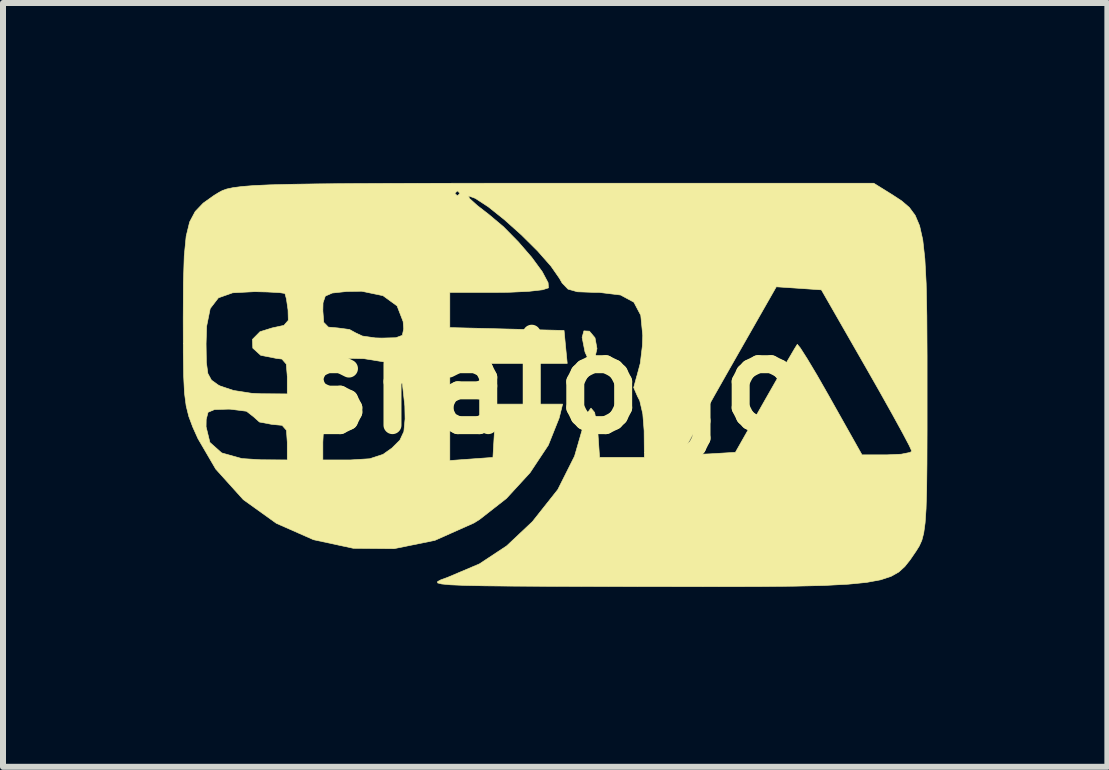
<source format=kicad_pcb>
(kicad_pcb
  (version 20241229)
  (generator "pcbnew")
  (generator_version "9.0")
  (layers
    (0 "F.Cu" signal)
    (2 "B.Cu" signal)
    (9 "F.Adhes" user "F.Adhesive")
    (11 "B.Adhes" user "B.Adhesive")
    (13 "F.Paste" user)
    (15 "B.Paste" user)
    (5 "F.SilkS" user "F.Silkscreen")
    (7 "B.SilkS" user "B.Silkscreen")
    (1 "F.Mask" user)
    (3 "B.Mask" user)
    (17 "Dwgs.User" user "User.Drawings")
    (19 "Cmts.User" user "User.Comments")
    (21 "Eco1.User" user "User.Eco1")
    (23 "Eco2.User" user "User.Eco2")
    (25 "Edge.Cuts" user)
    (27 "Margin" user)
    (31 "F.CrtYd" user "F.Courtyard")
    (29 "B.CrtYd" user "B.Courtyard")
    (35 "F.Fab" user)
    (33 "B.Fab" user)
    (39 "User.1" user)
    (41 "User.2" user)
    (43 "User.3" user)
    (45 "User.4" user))
  (footprint "sralogo"
    (layer "F.Cu")
    (at 6.143 3.349)
    (property "Reference" "sralogo" (at 0 0 0) (layer "F.SilkS") (effects (font (size 1.524 1.524) (thickness 0.3))))
    (attr through_hole)
    (fp_poly (pts (xy 0.635 -0.877) (xy 0.728 -0.766) (xy 0.761 -0.586) (xy 0.724 -0.426) (xy 0.687 -0.387) (xy 0.611 -0.419) (xy 0.561 -0.53) (xy 0.513 -0.774) (xy 0.543 -0.882) (xy 0.635 -0.877)) (stroke (width 0.01) (type solid)) (fill yes) (layer "F.SilkS"))
    (fp_poly (pts (xy 5.685 -3.152) (xy 5.842 -3.049) (xy 5.968 -2.941) (xy 6.066 -2.809) (xy 6.14 -2.635) (xy 6.193 -2.4) (xy 6.228 -2.083) (xy 6.25 -1.668) (xy 6.261 -1.133) (xy 6.265 -0.461) (xy 6.265 0.064) (xy 6.265 0.773) (xy 6.263 1.332) (xy 6.258 1.764) (xy 6.248 2.086) (xy 6.232 2.321) (xy 6.209 2.489) (xy 6.178 2.609) (xy 6.136 2.703) (xy 6.082 2.79) (xy 6.073 2.803) (xy 5.982 2.936) (xy 5.894 3.047) (xy 5.793 3.139) (xy 5.663 3.212) (xy 5.489 3.269) (xy 5.256 3.312) (xy 4.949 3.342) (xy 4.552 3.363) (xy 4.051 3.375) (xy 3.428 3.381) (xy 2.671 3.382) (xy 1.762 3.381) (xy 1.566 3.381) (xy 0.677 3.379) (xy -0.056 3.377) (xy -0.645 3.374) (xy -1.104 3.369) (xy -1.446 3.362) (xy -1.683 3.352) (xy -1.829 3.338) (xy -1.896 3.321) (xy -1.898 3.299) (xy -1.847 3.271) (xy -1.757 3.238) (xy -1.732 3.229) (xy -1.199 3.003) (xy -0.745 2.703) (xy -0.316 2.299) (xy 0.107 1.765) (xy 0.387 1.207) (xy 0.517 0.757) (xy 0.591 0.498) (xy 0.661 0.406) (xy 0.722 0.479) (xy 0.766 0.716) (xy 0.778 0.847) (xy 0.804 1.228) (xy 1.55 1.228) (xy 1.55 1.147) (xy 2.201 1.147) (xy 2.277 1.169) (xy 2.472 1.175) (xy 2.635 1.169) (xy 3.069 1.143) (xy 3.571 0.256) (xy 3.768 -0.089) (xy 3.933 -0.376) (xy 4.05 -0.576) (xy 4.101 -0.658) (xy 4.101 -0.658) (xy 4.15 -0.599) (xy 4.265 -0.419) (xy 4.429 -0.145) (xy 4.625 0.198) (xy 4.654 0.25) (xy 5.18 1.185) (xy 5.596 1.185) (xy 5.834 1.174) (xy 5.984 1.144) (xy 6.009 1.122) (xy 5.968 1.031) (xy 5.856 0.819) (xy 5.686 0.509) (xy 5.472 0.127) (xy 5.255 -0.254) (xy 4.503 -1.566) (xy 4.127 -1.592) (xy 3.751 -1.617) (xy 2.976 -0.258) (xy 2.731 0.174) (xy 2.518 0.555) (xy 2.35 0.86) (xy 2.24 1.065) (xy 2.201 1.147) (xy 1.55 1.147) (xy 1.547 0.782) (xy 1.525 0.503) (xy 1.474 0.282) (xy 1.436 0.208) (xy 1.373 0.063) (xy 1.425 -0.129) (xy 1.427 -0.133) (xy 1.483 -0.342) (xy 1.518 -0.635) (xy 1.524 -0.804) (xy 1.491 -1.142) (xy 1.376 -1.36) (xy 1.154 -1.48) (xy 0.801 -1.523) (xy 0.703 -1.524) (xy 0.434 -1.534) (xy 0.278 -1.578) (xy 0.179 -1.681) (xy 0.136 -1.757) (xy -0.006 -1.961) (xy -0.228 -2.213) (xy -0.499 -2.482) (xy -0.785 -2.738) (xy -1.052 -2.951) (xy -1.268 -3.092) (xy -1.384 -3.133) (xy -1.363 -3.088) (xy -1.233 -2.971) (xy -1.041 -2.822) (xy -0.798 -2.618) (xy -0.552 -2.368) (xy -0.327 -2.108) (xy -0.152 -1.869) (xy -0.054 -1.685) (xy -0.048 -1.599) (xy -0.148 -1.567) (xy -0.377 -1.541) (xy -0.696 -1.526) (xy -0.894 -1.524) (xy -1.693 -1.524) (xy -1.693 -0.937) (xy -0.741 -0.913) (xy 0.212 -0.889) (xy 0.238 -0.614) (xy 0.265 -0.339) (xy -1.693 -0.339) (xy -1.693 1.28) (xy -1.333 1.254) (xy -0.974 1.228) (xy -0.922 0.339) (xy 0.188 0.339) (xy 0.13 0.572) (xy -0.05 1.023) (xy -0.356 1.484) (xy -0.75 1.913) (xy -1.199 2.264) (xy -1.291 2.321) (xy -1.942 2.611) (xy -2.621 2.749) (xy -3.303 2.743) (xy -3.966 2.6) (xy -4.585 2.327) (xy -5.136 1.932) (xy -5.596 1.422) (xy -5.893 0.913) (xy -5.981 0.717) (xy -5.757 0.717) (xy -5.693 0.978) (xy -5.496 1.153) (xy -5.159 1.247) (xy -4.847 1.267) (xy -4.403 1.27) (xy -4.403 0.974) (xy -4.417 0.775) (xy -4.489 0.693) (xy -4.659 0.677) (xy -4.867 0.638) (xy -4.965 0.55) (xy -5.083 0.458) (xy -5.351 0.424) (xy -5.385 0.423) (xy -5.616 0.43) (xy -5.724 0.475) (xy -5.755 0.596) (xy -5.757 0.717) (xy -5.981 0.717) (xy -5.981 0.716) (xy -6.045 0.545) (xy -6.089 0.368) (xy -6.117 0.153) (xy -6.131 -0.133) (xy -6.137 -0.52) (xy -6.137 -0.667) (xy -5.757 -0.667) (xy -5.752 -0.357) (xy -5.727 -0.171) (xy -5.667 -0.061) (xy -5.556 0.019) (xy -5.524 0.036) (xy -5.302 0.111) (xy -5 0.158) (xy -4.847 0.166) (xy -4.403 0.169) (xy -4.403 -0.127) (xy -4.42 -0.329) (xy -4.492 -0.412) (xy -4.583 -0.423) (xy -3.81 -0.423) (xy -3.81 -0.132) (xy -3.794 0.067) (xy -3.711 0.154) (xy -3.536 0.185) (xy -3.312 0.256) (xy -3.218 0.382) (xy -3.248 0.523) (xy -3.394 0.635) (xy -3.619 0.676) (xy -3.749 0.704) (xy -3.802 0.817) (xy -3.81 0.974) (xy -3.81 1.27) (xy -3.349 1.27) (xy -3.029 1.25) (xy -2.806 1.177) (xy -2.657 1.071) (xy -2.525 0.939) (xy -2.459 0.797) (xy -2.439 0.586) (xy -2.443 0.372) (xy -2.483 0.004) (xy -2.592 -0.234) (xy -2.796 -0.366) (xy -3.125 -0.419) (xy -3.311 -0.423) (xy -3.81 -0.423) (xy -4.583 -0.423) (xy -4.593 -0.425) (xy -4.846 -0.475) (xy -4.978 -0.595) (xy -4.984 -0.74) (xy -4.858 -0.868) (xy -4.656 -0.931) (xy -4.459 -0.974) (xy -4.386 -1.058) (xy -4.39 -1.219) (xy -3.81 -1.219) (xy -3.795 -1.024) (xy -3.718 -0.945) (xy -3.561 -0.931) (xy -3.365 -0.905) (xy -3.26 -0.847) (xy -3.15 -0.796) (xy -2.935 -0.765) (xy -2.826 -0.762) (xy -2.592 -0.768) (xy -2.485 -0.808) (xy -2.462 -0.915) (xy -2.471 -1.037) (xy -2.572 -1.298) (xy -2.807 -1.469) (xy -3.162 -1.543) (xy -3.412 -1.539) (xy -3.653 -1.513) (xy -3.769 -1.462) (xy -3.807 -1.35) (xy -3.81 -1.219) (xy -4.39 -1.219) (xy -4.39 -1.228) (xy -4.417 -1.414) (xy -4.442 -1.506) (xy -4.532 -1.52) (xy -4.741 -1.531) (xy -4.947 -1.536) (xy -5.313 -1.517) (xy -5.551 -1.433) (xy -5.688 -1.255) (xy -5.748 -0.958) (xy -5.757 -0.667) (xy -6.137 -0.667) (xy -6.138 -1.041) (xy -6.138 -1.101) (xy -6.135 -1.688) (xy -6.121 -2.132) (xy -6.089 -2.46) (xy -6.031 -2.698) (xy -5.938 -2.873) (xy -5.805 -3.012) (xy -5.624 -3.141) (xy -5.568 -3.175) (xy -1.609 -3.175) (xy -1.566 -3.133) (xy -1.524 -3.175) (xy -1.566 -3.217) (xy -1.609 -3.175) (xy -5.568 -3.175) (xy -5.546 -3.189) (xy -5.486 -3.221) (xy -5.411 -3.248) (xy -5.307 -3.27) (xy -5.161 -3.289) (xy -4.961 -3.305) (xy -4.693 -3.317) (xy -4.345 -3.326) (xy -3.904 -3.333) (xy -3.356 -3.338) (xy -2.69 -3.341) (xy -1.891 -3.343) (xy -0.948 -3.344) (xy 0.042 -3.344) (xy 5.376 -3.344) (xy 5.685 -3.152)) (stroke (width 0.01) (type solid)) (fill yes) (layer "F.SilkS")))
  (gr_rect
    (start -3 -3)
    (end 15.414 9.736)
    (stroke (width 0.1) (type default))
    (fill no)
    (layer "Edge.Cuts")))
</source>
